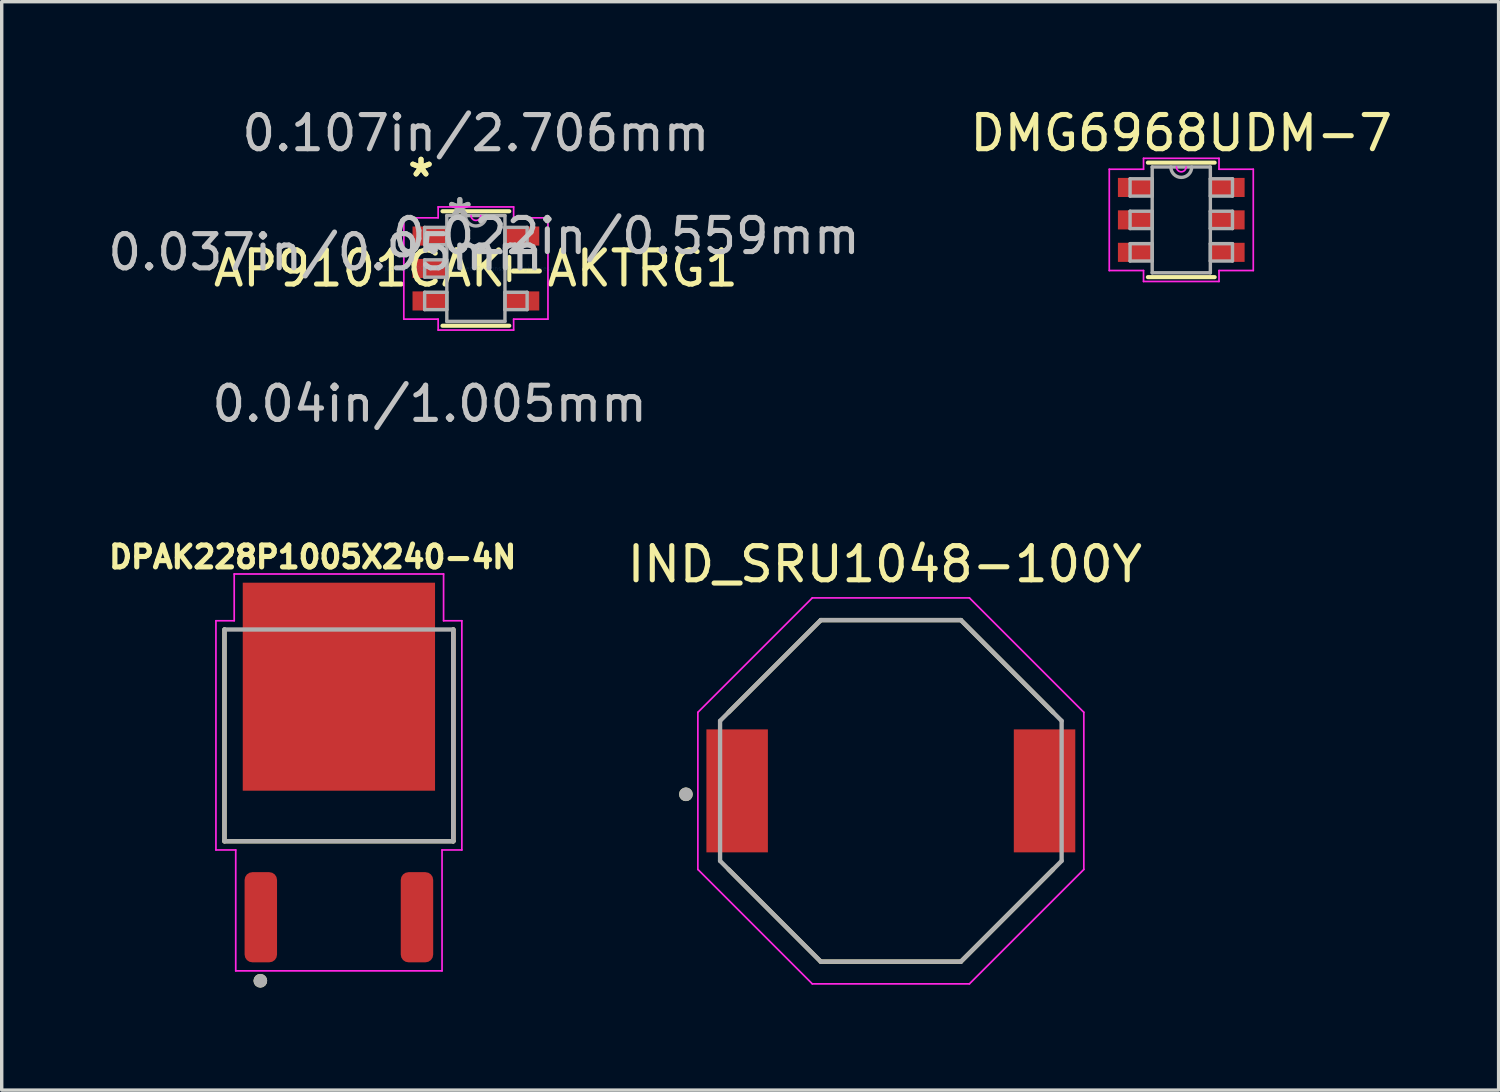
<source format=kicad_pcb>
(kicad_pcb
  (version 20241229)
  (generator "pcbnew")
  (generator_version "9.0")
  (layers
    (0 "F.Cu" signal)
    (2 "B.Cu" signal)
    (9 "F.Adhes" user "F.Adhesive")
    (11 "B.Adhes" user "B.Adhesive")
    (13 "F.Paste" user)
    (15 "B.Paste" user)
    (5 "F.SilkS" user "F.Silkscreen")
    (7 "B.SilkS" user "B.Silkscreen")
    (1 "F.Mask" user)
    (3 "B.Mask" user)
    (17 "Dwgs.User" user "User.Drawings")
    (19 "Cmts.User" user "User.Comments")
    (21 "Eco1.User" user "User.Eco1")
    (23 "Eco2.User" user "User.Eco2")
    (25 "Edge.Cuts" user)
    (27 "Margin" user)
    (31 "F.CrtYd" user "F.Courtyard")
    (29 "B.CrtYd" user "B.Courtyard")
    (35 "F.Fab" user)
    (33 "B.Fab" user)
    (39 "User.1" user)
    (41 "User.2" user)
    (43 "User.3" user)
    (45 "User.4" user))
  (footprint "DMG6968UDM-7"
    (layer "F.Cu")
    (at 31.535 3.388)
    (property "Reference" "DMG6968UDM-7" (at 0 -2.54 0) (layer "F.SilkS") (effects (font (size 1 1) (thickness 0.15))))
    (attr through_hole)
    (fp_line (start -0.978 1.676) (end 0.978 1.676) (stroke (width 0.12) (type solid)) (layer "F.SilkS"))
    (fp_line (start 0.978 -1.676) (end -0.978 -1.676) (stroke (width 0.12) (type solid)) (layer "F.SilkS"))
    (fp_line (start -2.108 -1.483) (end -1.105 -1.483) (stroke (width 0.05) (type solid)) (layer "F.CrtYd"))
    (fp_line (start -2.108 1.483) (end -2.108 -1.483) (stroke (width 0.05) (type solid)) (layer "F.CrtYd"))
    (fp_line (start -1.105 -1.803) (end 1.105 -1.803) (stroke (width 0.05) (type solid)) (layer "F.CrtYd"))
    (fp_line (start -1.105 -1.483) (end -1.105 -1.803) (stroke (width 0.05) (type solid)) (layer "F.CrtYd"))
    (fp_line (start -1.105 1.483) (end -2.108 1.483) (stroke (width 0.05) (type solid)) (layer "F.CrtYd"))
    (fp_line (start -1.105 1.803) (end -1.105 1.483) (stroke (width 0.05) (type solid)) (layer "F.CrtYd"))
    (fp_line (start 1.105 -1.803) (end 1.105 -1.483) (stroke (width 0.05) (type solid)) (layer "F.CrtYd"))
    (fp_line (start 1.105 -1.483) (end 2.108 -1.483) (stroke (width 0.05) (type solid)) (layer "F.CrtYd"))
    (fp_line (start 1.105 1.483) (end 1.105 1.803) (stroke (width 0.05) (type solid)) (layer "F.CrtYd"))
    (fp_line (start 1.105 1.803) (end -1.105 1.803) (stroke (width 0.05) (type solid)) (layer "F.CrtYd"))
    (fp_line (start 2.108 -1.483) (end 2.108 1.483) (stroke (width 0.05) (type solid)) (layer "F.CrtYd"))
    (fp_line (start 2.108 1.483) (end 1.105 1.483) (stroke (width 0.05) (type solid)) (layer "F.CrtYd"))
    (fp_arc (start 0.141817 -1.5494) (mid 0 -1.407583) (end -0.141817 -1.5494) (stroke (width 0.05) (type solid)) (layer "F.CrtYd"))
    (fp_line (start -1.499 -1.204) (end -1.499 -0.696) (stroke (width 0.1) (type solid)) (layer "F.Fab"))
    (fp_line (start -1.499 -0.696) (end -0.851 -0.696) (stroke (width 0.1) (type solid)) (layer "F.Fab"))
    (fp_line (start -1.499 -0.254) (end -1.499 0.254) (stroke (width 0.1) (type solid)) (layer "F.Fab"))
    (fp_line (start -1.499 0.254) (end -0.851 0.254) (stroke (width 0.1) (type solid)) (layer "F.Fab"))
    (fp_line (start -1.499 0.696) (end -1.499 1.204) (stroke (width 0.1) (type solid)) (layer "F.Fab"))
    (fp_line (start -1.499 1.204) (end -0.851 1.204) (stroke (width 0.1) (type solid)) (layer "F.Fab"))
    (fp_line (start -0.851 -1.549) (end -0.851 1.549) (stroke (width 0.1) (type solid)) (layer "F.Fab"))
    (fp_line (start -0.851 -1.204) (end -1.499 -1.204) (stroke (width 0.1) (type solid)) (layer "F.Fab"))
    (fp_line (start -0.851 -0.696) (end -0.851 -1.204) (stroke (width 0.1) (type solid)) (layer "F.Fab"))
    (fp_line (start -0.851 -0.254) (end -1.499 -0.254) (stroke (width 0.1) (type solid)) (layer "F.Fab"))
    (fp_line (start -0.851 0.254) (end -0.851 -0.254) (stroke (width 0.1) (type solid)) (layer "F.Fab"))
    (fp_line (start -0.851 0.696) (end -1.499 0.696) (stroke (width 0.1) (type solid)) (layer "F.Fab"))
    (fp_line (start -0.851 1.204) (end -0.851 0.696) (stroke (width 0.1) (type solid)) (layer "F.Fab"))
    (fp_line (start -0.851 1.549) (end 0.851 1.549) (stroke (width 0.1) (type solid)) (layer "F.Fab"))
    (fp_line (start 0.851 -1.549) (end -0.851 -1.549) (stroke (width 0.1) (type solid)) (layer "F.Fab"))
    (fp_line (start 0.851 -1.204) (end 0.851 -0.696) (stroke (width 0.1) (type solid)) (layer "F.Fab"))
    (fp_line (start 0.851 -0.696) (end 1.499 -0.696) (stroke (width 0.1) (type solid)) (layer "F.Fab"))
    (fp_line (start 0.851 -0.254) (end 0.851 0.254) (stroke (width 0.1) (type solid)) (layer "F.Fab"))
    (fp_line (start 0.851 0.254) (end 1.499 0.254) (stroke (width 0.1) (type solid)) (layer "F.Fab"))
    (fp_line (start 0.851 0.696) (end 0.851 1.204) (stroke (width 0.1) (type solid)) (layer "F.Fab"))
    (fp_line (start 0.851 1.204) (end 1.499 1.204) (stroke (width 0.1) (type solid)) (layer "F.Fab"))
    (fp_line (start 0.851 1.549) (end 0.851 -1.549) (stroke (width 0.1) (type solid)) (layer "F.Fab"))
    (fp_line (start 1.499 -1.204) (end 0.851 -1.204) (stroke (width 0.1) (type solid)) (layer "F.Fab"))
    (fp_line (start 1.499 -0.696) (end 1.499 -1.204) (stroke (width 0.1) (type solid)) (layer "F.Fab"))
    (fp_line (start 1.499 -0.254) (end 0.851 -0.254) (stroke (width 0.1) (type solid)) (layer "F.Fab"))
    (fp_line (start 1.499 0.254) (end 1.499 -0.254) (stroke (width 0.1) (type solid)) (layer "F.Fab"))
    (fp_line (start 1.499 0.696) (end 0.851 0.696) (stroke (width 0.1) (type solid)) (layer "F.Fab"))
    (fp_line (start 1.499 1.204) (end 1.499 0.696) (stroke (width 0.1) (type solid)) (layer "F.Fab"))
    (fp_arc (start 0.3048 -1.5494) (mid 0 -1.2446) (end -0.3048 -1.5494) (stroke (width 0.1) (type solid)) (layer "F.Fab"))
    (pad "1" smd rect (at -1.353 -0.95) (size 1.003 0.559) (layers "F.Cu" "F.Mask" "F.Paste"))
    (pad "2" smd rect (at -1.353 0) (size 1.003 0.559) (layers "F.Cu" "F.Mask" "F.Paste"))
    (pad "3" smd rect (at -1.353 0.95) (size 1.003 0.559) (layers "F.Cu" "F.Mask" "F.Paste"))
    (pad "4" smd rect (at 1.353 0.95) (size 1.003 0.559) (layers "F.Cu" "F.Mask" "F.Paste"))
    (pad "5" smd rect (at 1.353 0) (size 1.003 0.559) (layers "F.Cu" "F.Mask" "F.Paste"))
    (pad "6" smd rect (at 1.353 -0.95) (size 1.003 0.559) (layers "F.Cu" "F.Mask" "F.Paste")))
  (footprint "IND_SRU1048-100Y"
    (layer "F.Cu")
    (at 23.032 20.105)
    (property "Reference" "IND_SRU1048-100Y" (at -0.175 -6.635 0) (layer "F.SilkS") (effects (font (size 1 1) (thickness 0.15))))
    (attr through_hole)
    (fp_line (start -4.75 -2.3) (end -2.05 -5) (stroke (width 0.127) (type solid)) (layer "F.SilkS"))
    (fp_line (start -2.05 -5) (end 2.05 -5) (stroke (width 0.127) (type solid)) (layer "F.SilkS"))
    (fp_line (start -2.05 5) (end -4.75 2.3) (stroke (width 0.127) (type solid)) (layer "F.SilkS"))
    (fp_line (start 2.05 -5) (end 4.75 -2.3) (stroke (width 0.127) (type solid)) (layer "F.SilkS"))
    (fp_line (start 2.05 5) (end -2.05 5) (stroke (width 0.127) (type solid)) (layer "F.SilkS"))
    (fp_line (start 4.75 2.3) (end 2.05 5) (stroke (width 0.127) (type solid)) (layer "F.SilkS"))
    (fp_circle (center -6 0.1) (end -5.9 0.1) (stroke (width 0.2) (type solid)) (fill no) (layer "F.SilkS"))
    (fp_line (start -5.65 -2.3) (end -2.3 -5.65) (stroke (width 0.05) (type solid)) (layer "F.CrtYd"))
    (fp_line (start -5.65 2.3) (end -5.65 -2.3) (stroke (width 0.05) (type solid)) (layer "F.CrtYd"))
    (fp_line (start -2.3 -5.65) (end 2.3 -5.65) (stroke (width 0.05) (type solid)) (layer "F.CrtYd"))
    (fp_line (start -2.3 5.65) (end -5.65 2.3) (stroke (width 0.05) (type solid)) (layer "F.CrtYd"))
    (fp_line (start 2.3 -5.65) (end 5.65 -2.3) (stroke (width 0.05) (type solid)) (layer "F.CrtYd"))
    (fp_line (start 2.3 5.65) (end -2.3 5.65) (stroke (width 0.05) (type solid)) (layer "F.CrtYd"))
    (fp_line (start 5.65 -2.3) (end 5.65 2.3) (stroke (width 0.05) (type solid)) (layer "F.CrtYd"))
    (fp_line (start 5.65 2.3) (end 2.3 5.65) (stroke (width 0.05) (type solid)) (layer "F.CrtYd"))
    (fp_line (start -5 -2.05) (end -2.05 -5) (stroke (width 0.127) (type solid)) (layer "F.Fab"))
    (fp_line (start -5 2.05) (end -5 -2.05) (stroke (width 0.127) (type solid)) (layer "F.Fab"))
    (fp_line (start -2.05 -5) (end 2.05 -5) (stroke (width 0.127) (type solid)) (layer "F.Fab"))
    (fp_line (start -2.05 5) (end -5 2.05) (stroke (width 0.127) (type solid)) (layer "F.Fab"))
    (fp_line (start 2.05 -5) (end 5 -2.05) (stroke (width 0.127) (type solid)) (layer "F.Fab"))
    (fp_line (start 2.05 5) (end -2.05 5) (stroke (width 0.127) (type solid)) (layer "F.Fab"))
    (fp_line (start 5 -2.05) (end 5 2.05) (stroke (width 0.127) (type solid)) (layer "F.Fab"))
    (fp_line (start 5 2.05) (end 2.05 5) (stroke (width 0.127) (type solid)) (layer "F.Fab"))
    (fp_circle (center -6 0.1) (end -5.9 0.1) (stroke (width 0.2) (type solid)) (fill no) (layer "F.Fab"))
    (pad "1" smd rect (at -4.5 0) (size 1.8 3.6) (layers "F.Cu" "F.Mask" "F.Paste"))
    (pad "2" smd rect (at 4.5 0) (size 1.8 3.6) (layers "F.Cu" "F.Mask" "F.Paste")))
  (footprint "AP9101CAK-AKTRG1"
    (layer "F.Cu")
    (at 10.883 4.811)
    (property "Reference" "AP9101CAK-AKTRG1" (at 0 0 0) (layer "F.SilkS") (effects (font (size 1 1) (thickness 0.15))))
    (attr through_hole)
    (fp_line (start -0.978 1.676) (end 0.978 1.676) (stroke (width 0.12) (type solid)) (layer "F.SilkS"))
    (fp_line (start 0.978 -1.676) (end -0.978 -1.676) (stroke (width 0.12) (type solid)) (layer "F.SilkS"))
    (fp_line (start 0.978 0.338) (end 0.978 -0.338) (stroke (width 0.12) (type solid)) (layer "F.SilkS"))
    (fp_line (start -2.11 -1.483) (end -1.105 -1.483) (stroke (width 0.05) (type solid)) (layer "F.CrtYd"))
    (fp_line (start -2.11 1.483) (end -2.11 -1.483) (stroke (width 0.05) (type solid)) (layer "F.CrtYd"))
    (fp_line (start -1.105 -1.803) (end 1.105 -1.803) (stroke (width 0.05) (type solid)) (layer "F.CrtYd"))
    (fp_line (start -1.105 -1.483) (end -1.105 -1.803) (stroke (width 0.05) (type solid)) (layer "F.CrtYd"))
    (fp_line (start -1.105 1.483) (end -2.11 1.483) (stroke (width 0.05) (type solid)) (layer "F.CrtYd"))
    (fp_line (start -1.105 1.803) (end -1.105 1.483) (stroke (width 0.05) (type solid)) (layer "F.CrtYd"))
    (fp_line (start 1.105 -1.803) (end 1.105 -1.483) (stroke (width 0.05) (type solid)) (layer "F.CrtYd"))
    (fp_line (start 1.105 -1.483) (end 2.11 -1.483) (stroke (width 0.05) (type solid)) (layer "F.CrtYd"))
    (fp_line (start 1.105 1.483) (end 1.105 1.803) (stroke (width 0.05) (type solid)) (layer "F.CrtYd"))
    (fp_line (start 1.105 1.803) (end -1.105 1.803) (stroke (width 0.05) (type solid)) (layer "F.CrtYd"))
    (fp_line (start 2.11 -1.483) (end 2.11 1.483) (stroke (width 0.05) (type solid)) (layer "F.CrtYd"))
    (fp_line (start 2.11 1.483) (end 1.105 1.483) (stroke (width 0.05) (type solid)) (layer "F.CrtYd"))
    (fp_arc (start 0.141817 -1.5494) (mid 0 -1.407583) (end -0.141817 -1.5494) (stroke (width 0.05) (type solid)) (layer "F.CrtYd"))
    (fp_line (start -1.5 -1.204) (end -1.5 -0.696) (stroke (width 0.1) (type solid)) (layer "F.Fab"))
    (fp_line (start -1.5 -0.696) (end -0.851 -0.696) (stroke (width 0.1) (type solid)) (layer "F.Fab"))
    (fp_line (start -1.5 -0.254) (end -1.5 0.254) (stroke (width 0.1) (type solid)) (layer "F.Fab"))
    (fp_line (start -1.5 0.254) (end -0.851 0.254) (stroke (width 0.1) (type solid)) (layer "F.Fab"))
    (fp_line (start -1.5 0.696) (end -1.5 1.204) (stroke (width 0.1) (type solid)) (layer "F.Fab"))
    (fp_line (start -1.5 1.204) (end -0.851 1.204) (stroke (width 0.1) (type solid)) (layer "F.Fab"))
    (fp_line (start -0.851 -1.549) (end -0.851 1.549) (stroke (width 0.1) (type solid)) (layer "F.Fab"))
    (fp_line (start -0.851 -1.204) (end -1.5 -1.204) (stroke (width 0.1) (type solid)) (layer "F.Fab"))
    (fp_line (start -0.851 -0.696) (end -0.851 -1.204) (stroke (width 0.1) (type solid)) (layer "F.Fab"))
    (fp_line (start -0.851 -0.254) (end -1.5 -0.254) (stroke (width 0.1) (type solid)) (layer "F.Fab"))
    (fp_line (start -0.851 0.254) (end -0.851 -0.254) (stroke (width 0.1) (type solid)) (layer "F.Fab"))
    (fp_line (start -0.851 0.696) (end -1.5 0.696) (stroke (width 0.1) (type solid)) (layer "F.Fab"))
    (fp_line (start -0.851 1.204) (end -0.851 0.696) (stroke (width 0.1) (type solid)) (layer "F.Fab"))
    (fp_line (start -0.851 1.549) (end 0.851 1.549) (stroke (width 0.1) (type solid)) (layer "F.Fab"))
    (fp_line (start 0.851 -1.549) (end -0.851 -1.549) (stroke (width 0.1) (type solid)) (layer "F.Fab"))
    (fp_line (start 0.851 -1.204) (end 0.851 -0.696) (stroke (width 0.1) (type solid)) (layer "F.Fab"))
    (fp_line (start 0.851 -0.696) (end 1.5 -0.696) (stroke (width 0.1) (type solid)) (layer "F.Fab"))
    (fp_line (start 0.851 0.696) (end 0.851 1.204) (stroke (width 0.1) (type solid)) (layer "F.Fab"))
    (fp_line (start 0.851 1.204) (end 1.5 1.204) (stroke (width 0.1) (type solid)) (layer "F.Fab"))
    (fp_line (start 0.851 1.549) (end 0.851 -1.549) (stroke (width 0.1) (type solid)) (layer "F.Fab"))
    (fp_line (start 1.5 -1.204) (end 0.851 -1.204) (stroke (width 0.1) (type solid)) (layer "F.Fab"))
    (fp_line (start 1.5 -0.696) (end 1.5 -1.204) (stroke (width 0.1) (type solid)) (layer "F.Fab"))
    (fp_line (start 1.5 0.696) (end 0.851 0.696) (stroke (width 0.1) (type solid)) (layer "F.Fab"))
    (fp_line (start 1.5 1.204) (end 1.5 0.696) (stroke (width 0.1) (type solid)) (layer "F.Fab"))
    (fp_arc (start 0.3048 -1.5494) (mid 0 -1.2446) (end -0.3048 -1.5494) (stroke (width 0.1) (type solid)) (layer "F.Fab"))
    (fp_text user "*" (at -1.607 -2.652 0) (layer "F.SilkS") (effects (font (size 1 1) (thickness 0.15))))
    (fp_text user "*" (at -1.607 -2.652 0) (layer "F.SilkS") (effects (font (size 1 1) (thickness 0.15))))
    (fp_text user "0.04in/1.005mm" (at -1.353 3.962 0) (layer "Dwgs.User") (effects (font (size 1 1) (thickness 0.15))))
    (fp_text user "0.022in/0.559mm" (at 4.401 -0.95 0) (layer "Dwgs.User") (effects (font (size 1 1) (thickness 0.15))))
    (fp_text user "0.037in/0.95mm" (at -4.401 -0.475 0) (layer "Dwgs.User") (effects (font (size 1 1) (thickness 0.15))))
    (fp_text user "0.107in/2.706mm" (at 0 -3.962 0) (layer "Dwgs.User") (effects (font (size 1 1) (thickness 0.15))))
    (fp_text user "Copyright 2021 Accelerated Designs. All rights reserved." (at 0 0 0) (layer "Cmts.User") (effects (font (size 0.127 0.127) (thickness 0.002))))
    (fp_text user "*" (at -0.47 -1.473 0) (layer "F.Fab") (effects (font (size 1 1) (thickness 0.15))))
    (fp_text user "*" (at -0.47 -1.473 0) (layer "F.Fab") (effects (font (size 1 1) (thickness 0.15))))
    (pad "1" smd rect (at -1.353 -0.95) (size 1.005 0.559) (layers "F.Cu" "F.Mask" "F.Paste"))
    (pad "2" smd rect (at -1.353 0) (size 1.005 0.559) (layers "F.Cu" "F.Mask" "F.Paste"))
    (pad "3" smd rect (at -1.353 0.95) (size 1.005 0.559) (layers "F.Cu" "F.Mask" "F.Paste"))
    (pad "4" smd rect (at 1.353 0.95) (size 1.005 0.559) (layers "F.Cu" "F.Mask" "F.Paste"))
    (pad "5" smd rect (at 1.353 -0.95) (size 1.005 0.559) (layers "F.Cu" "F.Mask" "F.Paste")))
  (footprint "DPAK228P1005X240-4N"
    (layer "F.Cu")
    (at 6.872 19.565)
    (property "Reference" "DPAK228P1005X240-4N" (at -0.768 -6.306 0) (layer "F.SilkS") (effects (font (size 0.64 0.64) (thickness 0.15))))
    (attr through_hole)
    (fp_line (start -3.35 -4.185) (end -3.35 2.015) (stroke (width 0.127) (type solid)) (layer "F.SilkS"))
    (fp_line (start -3.35 2.015) (end 3.35 2.015) (stroke (width 0.127) (type solid)) (layer "F.SilkS"))
    (fp_line (start 3.35 2.015) (end 3.35 -4.185) (stroke (width 0.127) (type solid)) (layer "F.SilkS"))
    (fp_circle (center -2.3 6.1) (end -2.2 6.1) (stroke (width 0.2) (type solid)) (fill no) (layer "F.SilkS"))
    (fp_line (start 3.35 -4.185) (end 3.35 2.015) (stroke (width 0.127) (type solid)) (layer "B.SilkS"))
    (fp_poly (pts (xy -2.535 -5.27) (xy -1.225 -5.27) (xy -1.225 -3.81) (xy -2.535 -3.81)) (stroke (width 0.01) (type solid)) (fill yes) (layer "F.Paste"))
    (fp_poly (pts (xy -2.535 -3.24) (xy -1.225 -3.24) (xy -1.225 -1.78) (xy -2.535 -1.78)) (stroke (width 0.01) (type solid)) (fill yes) (layer "F.Paste"))
    (fp_poly (pts (xy -2.535 -1.21) (xy -1.225 -1.21) (xy -1.225 0.25) (xy -2.535 0.25)) (stroke (width 0.01) (type solid)) (fill yes) (layer "F.Paste"))
    (fp_poly (pts (xy -0.655 -5.27) (xy 0.655 -5.27) (xy 0.655 -3.81) (xy -0.655 -3.81)) (stroke (width 0.01) (type solid)) (fill yes) (layer "F.Paste"))
    (fp_poly (pts (xy -0.655 -3.24) (xy 0.655 -3.24) (xy 0.655 -1.78) (xy -0.655 -1.78)) (stroke (width 0.01) (type solid)) (fill yes) (layer "F.Paste"))
    (fp_poly (pts (xy -0.655 -1.21) (xy 0.655 -1.21) (xy 0.655 0.25) (xy -0.655 0.25)) (stroke (width 0.01) (type solid)) (fill yes) (layer "F.Paste"))
    (fp_poly (pts (xy 1.225 -5.27) (xy 2.535 -5.27) (xy 2.535 -3.81) (xy 1.225 -3.81)) (stroke (width 0.01) (type solid)) (fill yes) (layer "F.Paste"))
    (fp_poly (pts (xy 1.225 -3.24) (xy 2.535 -3.24) (xy 2.535 -1.78) (xy 1.225 -1.78)) (stroke (width 0.01) (type solid)) (fill yes) (layer "F.Paste"))
    (fp_poly (pts (xy 1.225 -1.21) (xy 2.535 -1.21) (xy 2.535 0.25) (xy 1.225 0.25)) (stroke (width 0.01) (type solid)) (fill yes) (layer "F.Paste"))
    (fp_line (start -3.6 -4.44) (end -3.6 2.27) (stroke (width 0.05) (type solid)) (layer "F.CrtYd"))
    (fp_line (start -3.6 2.27) (end -3.02 2.27) (stroke (width 0.05) (type solid)) (layer "F.CrtYd"))
    (fp_line (start -3.065 -5.81) (end -3.065 -4.44) (stroke (width 0.05) (type solid)) (layer "F.CrtYd"))
    (fp_line (start -3.065 -5.81) (end 3.065 -5.81) (stroke (width 0.05) (type solid)) (layer "F.CrtYd"))
    (fp_line (start -3.065 -4.44) (end -3.6 -4.44) (stroke (width 0.05) (type solid)) (layer "F.CrtYd"))
    (fp_line (start -3.02 2.27) (end -3.02 5.81) (stroke (width 0.05) (type solid)) (layer "F.CrtYd"))
    (fp_line (start -3.02 5.81) (end 3.02 5.81) (stroke (width 0.05) (type solid)) (layer "F.CrtYd"))
    (fp_line (start 3.02 2.27) (end 3.02 5.81) (stroke (width 0.05) (type solid)) (layer "F.CrtYd"))
    (fp_line (start 3.065 -5.81) (end 3.065 -4.44) (stroke (width 0.05) (type solid)) (layer "F.CrtYd"))
    (fp_line (start 3.065 -4.44) (end 3.6 -4.44) (stroke (width 0.05) (type solid)) (layer "F.CrtYd"))
    (fp_line (start 3.6 -4.44) (end 3.6 2.27) (stroke (width 0.05) (type solid)) (layer "F.CrtYd"))
    (fp_line (start 3.6 2.27) (end 3.02 2.27) (stroke (width 0.05) (type solid)) (layer "F.CrtYd"))
    (fp_line (start -3.35 -4.185) (end 3.35 -4.185) (stroke (width 0.127) (type solid)) (layer "F.Fab"))
    (fp_line (start -3.35 2.015) (end -3.35 -4.185) (stroke (width 0.127) (type solid)) (layer "F.Fab"))
    (fp_line (start 3.35 -4.185) (end 3.35 2.015) (stroke (width 0.127) (type solid)) (layer "F.Fab"))
    (fp_line (start 3.35 2.015) (end -3.35 2.015) (stroke (width 0.127) (type solid)) (layer "F.Fab"))
    (fp_circle (center -2.3 6.1) (end -2.2 6.1) (stroke (width 0.2) (type solid)) (fill no) (layer "F.Fab"))
    (pad "1" smd roundrect (at -2.286 4.24 90) (size 2.64 0.95) (layers "F.Cu" "F.Mask" "F.Paste") (roundrect_rratio 0.24))
    (pad "2" smd rect (at 0 -2.51 90) (size 6.09 5.63) (layers "F.Cu" "F.Mask"))
    (pad "3" smd roundrect (at 2.286 4.24 90) (size 2.64 0.95) (layers "F.Cu" "F.Mask" "F.Paste") (roundrect_rratio 0.24)))
  (gr_rect
    (start -3 -3)
    (end 40.826 28.865)
    (stroke (width 0.1) (type default))
    (fill no)
    (layer "Edge.Cuts")))
</source>
